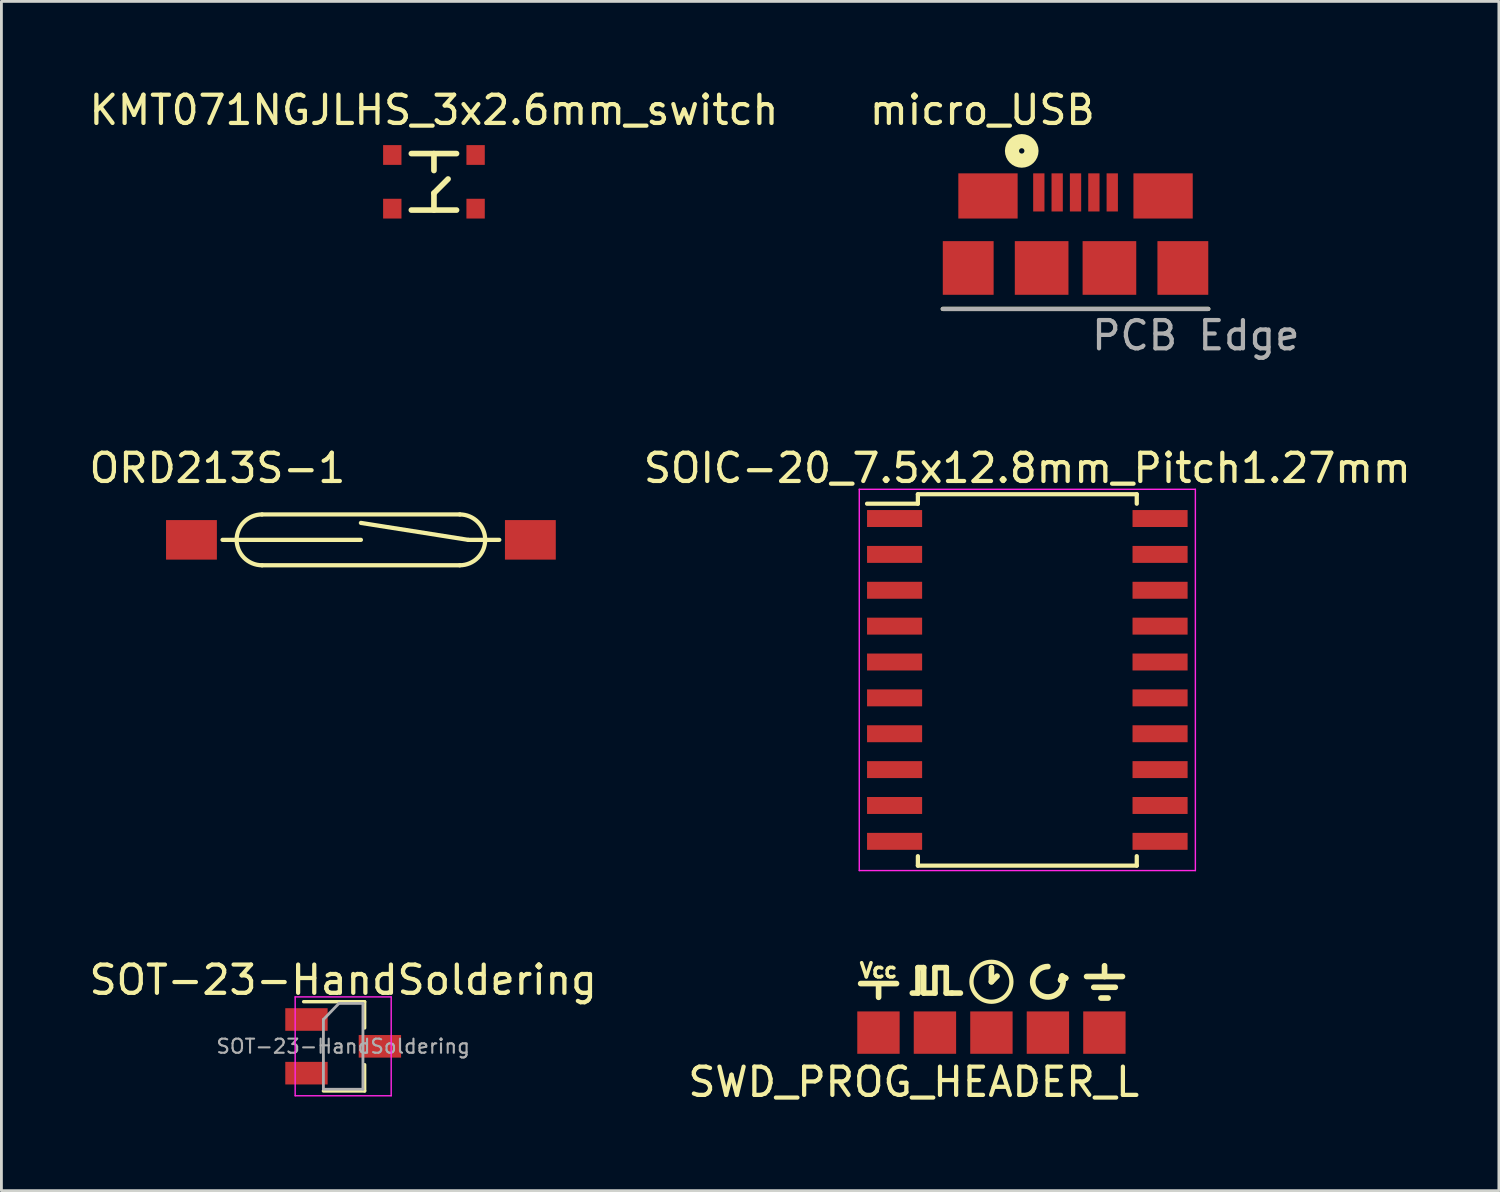
<source format=kicad_pcb>
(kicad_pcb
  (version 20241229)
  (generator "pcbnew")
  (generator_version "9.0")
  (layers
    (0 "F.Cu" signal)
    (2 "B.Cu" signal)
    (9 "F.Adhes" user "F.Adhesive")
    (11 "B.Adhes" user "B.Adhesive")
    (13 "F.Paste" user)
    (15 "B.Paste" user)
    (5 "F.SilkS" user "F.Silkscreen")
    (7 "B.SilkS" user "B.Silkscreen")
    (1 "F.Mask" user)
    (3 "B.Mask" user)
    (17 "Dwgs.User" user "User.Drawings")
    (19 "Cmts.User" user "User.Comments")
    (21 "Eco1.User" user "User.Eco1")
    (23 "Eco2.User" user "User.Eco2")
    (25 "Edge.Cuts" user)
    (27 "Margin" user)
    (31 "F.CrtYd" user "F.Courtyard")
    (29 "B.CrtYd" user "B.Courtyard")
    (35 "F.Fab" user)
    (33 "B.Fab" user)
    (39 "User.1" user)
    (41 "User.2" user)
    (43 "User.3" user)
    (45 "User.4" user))
  (footprint "SWD_PROG_HEADER_L"
    (layer "F.Cu")
    (at 32.054 33.512)
    (property "Reference" "SWD_PROG_HEADER_L" (at -2.75 1.75 0) (layer "F.SilkS") (effects (font (size 1 1) (thickness 0.15))))
    (attr through_hole)
    (fp_line (start -4.63 -1.736) (end -3.36 -1.736) (stroke (width 0.2) (type solid)) (layer "F.SilkS"))
    (fp_line (start -3.995 -1.25) (end -3.995 -1.731) (stroke (width 0.2) (type solid)) (layer "F.SilkS"))
    (fp_line (start -2.8 -1.4) (end -2.6 -1.4) (stroke (width 0.2) (type solid)) (layer "F.SilkS"))
    (fp_line (start -2.6 -2.3) (end -2.4 -2.3) (stroke (width 0.2) (type solid)) (layer "F.SilkS"))
    (fp_line (start -2.6 -1.4) (end -2.6 -2.3) (stroke (width 0.2) (type solid)) (layer "F.SilkS"))
    (fp_line (start -2.4 -2.3) (end -2.4 -1.4) (stroke (width 0.2) (type solid)) (layer "F.SilkS"))
    (fp_line (start -2.4 -1.4) (end -2 -1.4) (stroke (width 0.2) (type solid)) (layer "F.SilkS"))
    (fp_line (start -2 -2.3) (end -1.6 -2.3) (stroke (width 0.2) (type solid)) (layer "F.SilkS"))
    (fp_line (start -2 -1.4) (end -2 -2.3) (stroke (width 0.2) (type solid)) (layer "F.SilkS"))
    (fp_line (start -1.6 -2.3) (end -1.6 -1.4) (stroke (width 0.2) (type solid)) (layer "F.SilkS"))
    (fp_line (start -1.6 -1.4) (end -1.4 -1.4) (stroke (width 0.2) (type solid)) (layer "F.SilkS"))
    (fp_line (start -1.4 -1.4) (end -1.1 -1.4) (stroke (width 0.2) (type solid)) (layer "F.SilkS"))
    (fp_line (start 0 -1.8) (end 0 -2.3) (stroke (width 0.2) (type solid)) (layer "F.SilkS"))
    (fp_line (start 0 -1.8) (end 0.2 -2) (stroke (width 0.2) (type solid)) (layer "F.SilkS"))
    (fp_line (start 2.45 -1.86) (end 2.63 -1.93) (stroke (width 0.2) (type solid)) (layer "F.SilkS"))
    (fp_line (start 2.5 -2) (end 2.45 -1.86) (stroke (width 0.2) (type solid)) (layer "F.SilkS"))
    (fp_line (start 2.5 -2) (end 2.63 -1.93) (stroke (width 0.2) (type solid)) (layer "F.SilkS"))
    (fp_line (start 3.37 -1.986) (end 4.64 -1.986) (stroke (width 0.2) (type solid)) (layer "F.SilkS"))
    (fp_line (start 3.624 -1.605) (end 4.386 -1.605) (stroke (width 0.2) (type solid)) (layer "F.SilkS"))
    (fp_line (start 3.878 -1.224) (end 4.132 -1.224) (stroke (width 0.2) (type solid)) (layer "F.SilkS"))
    (fp_line (start 4.005 -1.986) (end 4.005 -2.367) (stroke (width 0.2) (type solid)) (layer "F.SilkS"))
    (fp_arc (start 2.5 -2) (mid 1.698092 -1.354072) (end 2 -2.338516) (stroke (width 0.2) (type solid)) (layer "F.SilkS"))
    (fp_circle (center 0 -1.8) (end 0.5 -1.3) (stroke (width 0.15) (type solid)) (fill no) (layer "F.SilkS"))
    (fp_text user "Vcc" (at -4 -2.2 0) (layer "F.SilkS") (effects (font (size 0.5 0.5) (thickness 0.125))))
    (pad "1" smd rect (at -4 0) (size 1.5 1.5) (layers "F.Cu" "F.Mask" "F.Paste"))
    (pad "2" smd rect (at -2 0) (size 1.5 1.5) (layers "F.Cu" "F.Mask" "F.Paste"))
    (pad "3" smd rect (at 0 0) (size 1.5 1.5) (layers "F.Cu" "F.Mask" "F.Paste"))
    (pad "4" smd rect (at 2 0) (size 1.5 1.5) (layers "F.Cu" "F.Mask" "F.Paste"))
    (pad "5" smd rect (at 4 0) (size 1.5 1.5) (layers "F.Cu" "F.Mask" "F.Paste")))
  (footprint "KMT071NGJLHS_3x2.6mm_switch"
    (layer "F.Cu")
    (at 12.315 3.388)
    (property "Reference" "KMT071NGJLHS_3x2.6mm_switch" (at 0 -2.54 0) (layer "F.SilkS") (effects (font (size 1 1) (thickness 0.15))))
    (attr through_hole)
    (fp_line (start -0.8 -1) (end 0.8 -1) (stroke (width 0.2) (type solid)) (layer "F.SilkS"))
    (fp_line (start -0.8 1) (end 0.8 1) (stroke (width 0.2) (type solid)) (layer "F.SilkS"))
    (fp_line (start 0 -0.4) (end 0 -1) (stroke (width 0.2) (type solid)) (layer "F.SilkS"))
    (fp_line (start 0 0.4) (end 0.5 -0.1) (stroke (width 0.2) (type solid)) (layer "F.SilkS"))
    (fp_line (start 0 1) (end 0 0.4) (stroke (width 0.2) (type solid)) (layer "F.SilkS"))
    (pad "1" smd rect (at -1.475 -0.95) (size 0.65 0.7) (layers "F.Cu" "F.Mask" "F.Paste"))
    (pad "1" smd rect (at 1.475 -0.95) (size 0.65 0.7) (layers "F.Cu" "F.Mask" "F.Paste"))
    (pad "2" smd rect (at -1.475 0.95) (size 0.65 0.7) (layers "F.Cu" "F.Mask" "F.Paste"))
    (pad "2" smd rect (at 1.475 0.95) (size 0.65 0.7) (layers "F.Cu" "F.Mask" "F.Paste")))
  (footprint "SOT-23-HandSoldering"
    (layer "F.Cu")
    (at 9.101 33.998)
    (property "Reference" "SOT-23-HandSoldering" (at 0 -2.35 0) (layer "F.SilkS") (effects (font (size 1 1) (thickness 0.15))))
    (attr smd)
    (fp_line (start 0.76 -1.58) (end -1.4 -1.58) (stroke (width 0.12) (type solid)) (layer "F.SilkS"))
    (fp_line (start 0.76 -1.58) (end 0.76 -0.65) (stroke (width 0.12) (type solid)) (layer "F.SilkS"))
    (fp_line (start 0.76 1.58) (end -0.7 1.58) (stroke (width 0.12) (type solid)) (layer "F.SilkS"))
    (fp_line (start 0.76 1.58) (end 0.76 0.65) (stroke (width 0.12) (type solid)) (layer "F.SilkS"))
    (fp_line (start -1.7 -1.75) (end 1.7 -1.75) (stroke (width 0.05) (type solid)) (layer "F.CrtYd"))
    (fp_line (start -1.7 1.75) (end -1.7 -1.75) (stroke (width 0.05) (type solid)) (layer "F.CrtYd"))
    (fp_line (start 1.7 -1.75) (end 1.7 1.75) (stroke (width 0.05) (type solid)) (layer "F.CrtYd"))
    (fp_line (start 1.7 1.75) (end -1.7 1.75) (stroke (width 0.05) (type solid)) (layer "F.CrtYd"))
    (fp_line (start -0.7 -0.95) (end -0.7 1.5) (stroke (width 0.1) (type solid)) (layer "F.Fab"))
    (fp_line (start -0.7 -0.95) (end -0.15 -1.52) (stroke (width 0.1) (type solid)) (layer "F.Fab"))
    (fp_line (start -0.7 1.52) (end 0.7 1.52) (stroke (width 0.1) (type solid)) (layer "F.Fab"))
    (fp_line (start -0.15 -1.52) (end 0.7 -1.52) (stroke (width 0.1) (type solid)) (layer "F.Fab"))
    (fp_line (start 0.7 -1.52) (end 0.7 1.52) (stroke (width 0.1) (type solid)) (layer "F.Fab"))
    (fp_text user "${REFERENCE}" (at 0 0 0) (layer "F.Fab") (effects (font (size 0.5 0.5) (thickness 0.075))))
    (pad "1" smd rect (at -1.3 -0.95) (size 1.5 0.8) (layers "F.Cu" "F.Mask" "F.Paste"))
    (pad "2" smd rect (at -1.3 0.95) (size 1.5 0.8) (layers "F.Cu" "F.Mask" "F.Paste"))
    (pad "3" smd rect (at 1.3 0) (size 1.5 0.8) (layers "F.Cu" "F.Mask" "F.Paste")))
  (footprint "SOIC-20_7.5x12.8mm_Pitch1.27mm"
    (layer "F.Cu")
    (at 33.325 21.025)
    (property "Reference" "SOIC-20_7.5x12.8mm_Pitch1.27mm" (at 0 -7.5 0) (layer "F.SilkS") (effects (font (size 1 1) (thickness 0.15))))
    (attr smd)
    (fp_line (start -3.875 -6.575) (end -3.875 -6.24) (stroke (width 0.15) (type solid)) (layer "F.SilkS"))
    (fp_line (start -3.875 -6.575) (end 3.875 -6.575) (stroke (width 0.15) (type solid)) (layer "F.SilkS"))
    (fp_line (start -3.875 -6.24) (end -5.675 -6.24) (stroke (width 0.15) (type solid)) (layer "F.SilkS"))
    (fp_line (start -3.875 6.575) (end -3.875 6.24) (stroke (width 0.15) (type solid)) (layer "F.SilkS"))
    (fp_line (start -3.875 6.575) (end 3.875 6.575) (stroke (width 0.15) (type solid)) (layer "F.SilkS"))
    (fp_line (start 3.875 -6.575) (end 3.875 -6.24) (stroke (width 0.15) (type solid)) (layer "F.SilkS"))
    (fp_line (start 3.875 6.575) (end 3.875 6.24) (stroke (width 0.15) (type solid)) (layer "F.SilkS"))
    (fp_line (start -5.95 -6.75) (end -5.95 6.75) (stroke (width 0.05) (type solid)) (layer "F.CrtYd"))
    (fp_line (start -5.95 -6.75) (end 5.95 -6.75) (stroke (width 0.05) (type solid)) (layer "F.CrtYd"))
    (fp_line (start -5.95 6.75) (end 5.95 6.75) (stroke (width 0.05) (type solid)) (layer "F.CrtYd"))
    (fp_line (start 5.95 -6.75) (end 5.95 6.75) (stroke (width 0.05) (type solid)) (layer "F.CrtYd"))
    (pad "1" smd rect (at -4.7 -5.715) (size 1.95 0.6) (layers "F.Cu" "F.Mask" "F.Paste"))
    (pad "2" smd rect (at -4.7 -4.445) (size 1.95 0.6) (layers "F.Cu" "F.Mask" "F.Paste"))
    (pad "3" smd rect (at -4.7 -3.175) (size 1.95 0.6) (layers "F.Cu" "F.Mask" "F.Paste"))
    (pad "4" smd rect (at -4.7 -1.905) (size 1.95 0.6) (layers "F.Cu" "F.Mask" "F.Paste"))
    (pad "5" smd rect (at -4.7 -0.635) (size 1.95 0.6) (layers "F.Cu" "F.Mask" "F.Paste"))
    (pad "6" smd rect (at -4.7 0.635) (size 1.95 0.6) (layers "F.Cu" "F.Mask" "F.Paste"))
    (pad "7" smd rect (at -4.7 1.905) (size 1.95 0.6) (layers "F.Cu" "F.Mask" "F.Paste"))
    (pad "8" smd rect (at -4.7 3.175) (size 1.95 0.6) (layers "F.Cu" "F.Mask" "F.Paste"))
    (pad "9" smd rect (at -4.7 4.445) (size 1.95 0.6) (layers "F.Cu" "F.Mask" "F.Paste"))
    (pad "10" smd rect (at -4.7 5.715) (size 1.95 0.6) (layers "F.Cu" "F.Mask" "F.Paste"))
    (pad "11" smd rect (at 4.7 5.715) (size 1.95 0.6) (layers "F.Cu" "F.Mask" "F.Paste"))
    (pad "12" smd rect (at 4.7 4.445) (size 1.95 0.6) (layers "F.Cu" "F.Mask" "F.Paste"))
    (pad "13" smd rect (at 4.7 3.175) (size 1.95 0.6) (layers "F.Cu" "F.Mask" "F.Paste"))
    (pad "14" smd rect (at 4.7 1.905) (size 1.95 0.6) (layers "F.Cu" "F.Mask" "F.Paste"))
    (pad "15" smd rect (at 4.7 0.635) (size 1.95 0.6) (layers "F.Cu" "F.Mask" "F.Paste"))
    (pad "16" smd rect (at 4.7 -0.635) (size 1.95 0.6) (layers "F.Cu" "F.Mask" "F.Paste"))
    (pad "17" smd rect (at 4.7 -1.905) (size 1.95 0.6) (layers "F.Cu" "F.Mask" "F.Paste"))
    (pad "18" smd rect (at 4.7 -3.175) (size 1.95 0.6) (layers "F.Cu" "F.Mask" "F.Paste"))
    (pad "19" smd rect (at 4.7 -4.445) (size 1.95 0.6) (layers "F.Cu" "F.Mask" "F.Paste"))
    (pad "20" smd rect (at 4.7 -5.715) (size 1.95 0.6) (layers "F.Cu" "F.Mask" "F.Paste")))
  (footprint "micro_USB"
    (layer "F.Cu")
    (at 35.032 6.438)
    (property "Reference" "micro_USB" (at -3.3 -5.59 0) (layer "F.SilkS") (effects (font (size 1 1) (thickness 0.15))))
    (attr through_hole)
    (fp_line (start -4.7 1.45) (end 4.7 1.45) (stroke (width 0.15) (type solid)) (layer "F.SilkS"))
    (fp_circle (center -1.905 -4.145) (end -1.81 -4.14) (stroke (width 0.5) (type solid)) (fill no) (layer "F.SilkS"))
    (fp_line (start -4.7 1.45) (end 4.7 1.45) (stroke (width 0.15) (type solid)) (layer "F.Fab"))
    (fp_text user "PCB Edge" (at 4.26 2.39 0) (layer "F.Fab") (effects (font (size 1 1) (thickness 0.15))))
    (pad "1" smd rect (at -1.3 -2.675) (size 0.4 1.35) (layers "F.Cu" "F.Mask" "F.Paste"))
    (pad "2" smd rect (at -0.65 -2.675) (size 0.4 1.35) (layers "F.Cu" "F.Mask" "F.Paste"))
    (pad "3" smd rect (at 0 -2.675) (size 0.4 1.35) (layers "F.Cu" "F.Mask" "F.Paste"))
    (pad "4" smd rect (at 0.65 -2.675) (size 0.4 1.35) (layers "F.Cu" "F.Mask" "F.Paste"))
    (pad "5" smd rect (at 1.3 -2.675) (size 0.4 1.35) (layers "F.Cu" "F.Mask" "F.Paste"))
    (pad "6" smd rect (at -3.8 0) (size 1.8 1.9) (layers "F.Cu" "F.Mask" "F.Paste"))
    (pad "6" smd rect (at -3.1 -2.55) (size 2.1 1.6) (layers "F.Cu" "F.Mask" "F.Paste"))
    (pad "6" smd rect (at -1.2 0) (size 1.9 1.9) (layers "F.Cu" "F.Mask" "F.Paste"))
    (pad "6" smd rect (at 1.2 0) (size 1.9 1.9) (layers "F.Cu" "F.Mask" "F.Paste"))
    (pad "6" smd rect (at 3.1 -2.55) (size 2.1 1.6) (layers "F.Cu" "F.Mask" "F.Paste"))
    (pad "6" smd rect (at 3.8 0) (size 1.8 1.9) (layers "F.Cu" "F.Mask" "F.Paste")))
  (footprint "ORD213S-1"
    (layer "F.Cu")
    (at 9.729 16.065)
    (property "Reference" "ORD213S-1" (at -5.08 -2.54 0) (layer "F.SilkS") (effects (font (size 1 1) (thickness 0.15))))
    (attr through_hole)
    (fp_line (start -4.4 0) (end -4.9 0) (stroke (width 0.15) (type solid)) (layer "F.SilkS"))
    (fp_line (start -4.3 0) (end 0 0) (stroke (width 0.15) (type solid)) (layer "F.SilkS"))
    (fp_line (start -3.5 0.9) (end 3.5 0.9) (stroke (width 0.15) (type solid)) (layer "F.SilkS"))
    (fp_line (start 3.5 -0.9) (end -3.5 -0.9) (stroke (width 0.15) (type solid)) (layer "F.SilkS"))
    (fp_line (start 3.8 0) (end 0 -0.6) (stroke (width 0.15) (type solid)) (layer "F.SilkS"))
    (fp_line (start 4.4 0) (end 3.8 0) (stroke (width 0.15) (type solid)) (layer "F.SilkS"))
    (fp_line (start 4.4 0) (end 4.9 0) (stroke (width 0.15) (type solid)) (layer "F.SilkS"))
    (fp_arc (start -3.5 0.9) (mid -4.4 0) (end -3.5 -0.9) (stroke (width 0.15) (type solid)) (layer "F.SilkS"))
    (fp_arc (start 3.5 -0.9) (mid 4.4 0) (end 3.5 0.9) (stroke (width 0.15) (type solid)) (layer "F.SilkS"))
    (pad "1" smd rect (at -6 0) (size 1.8 1.4) (layers "F.Cu" "F.Mask" "F.Paste"))
    (pad "2" smd rect (at 6 0) (size 1.8 1.4) (layers "F.Cu" "F.Mask" "F.Paste")))
  (gr_rect
    (start -3 -3)
    (end 50.022 39.11)
    (stroke (width 0.1) (type default))
    (fill no)
    (layer "Edge.Cuts")))
</source>
